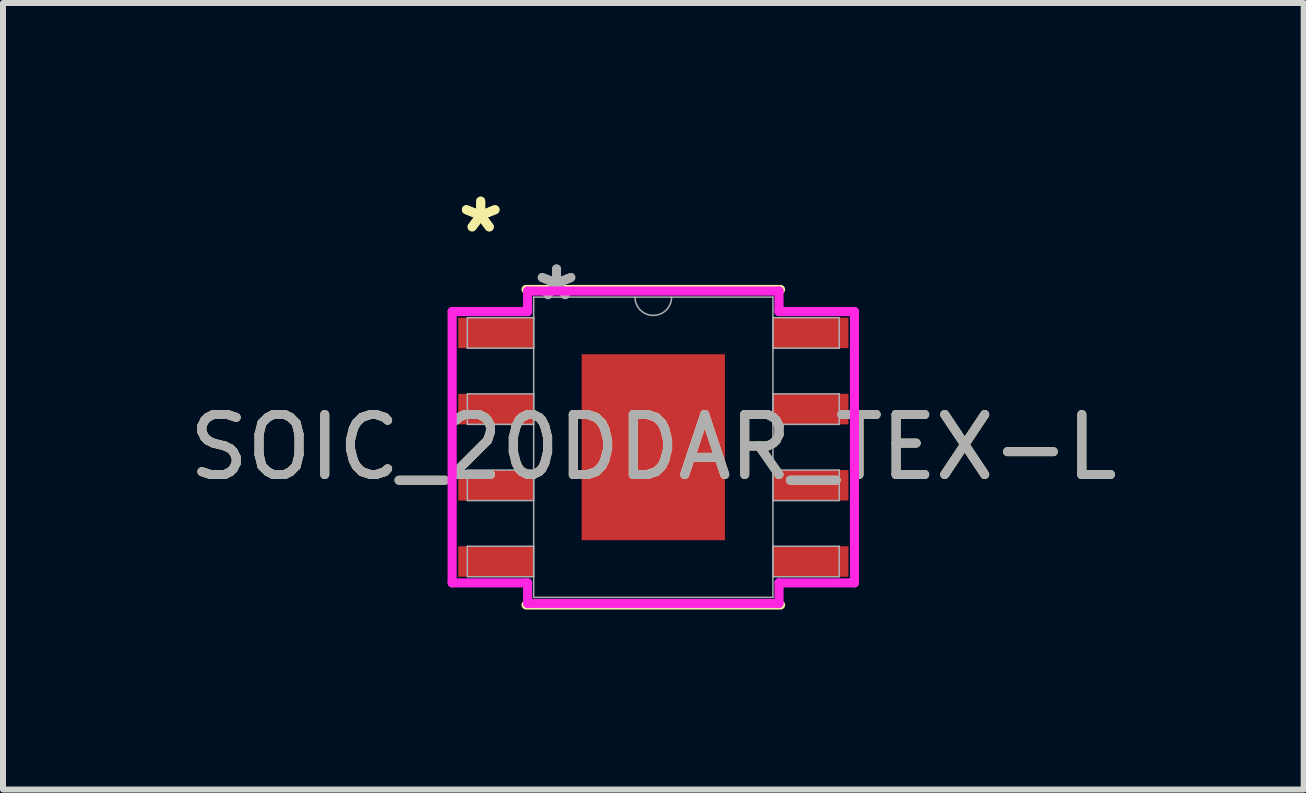
<source format=kicad_pcb>
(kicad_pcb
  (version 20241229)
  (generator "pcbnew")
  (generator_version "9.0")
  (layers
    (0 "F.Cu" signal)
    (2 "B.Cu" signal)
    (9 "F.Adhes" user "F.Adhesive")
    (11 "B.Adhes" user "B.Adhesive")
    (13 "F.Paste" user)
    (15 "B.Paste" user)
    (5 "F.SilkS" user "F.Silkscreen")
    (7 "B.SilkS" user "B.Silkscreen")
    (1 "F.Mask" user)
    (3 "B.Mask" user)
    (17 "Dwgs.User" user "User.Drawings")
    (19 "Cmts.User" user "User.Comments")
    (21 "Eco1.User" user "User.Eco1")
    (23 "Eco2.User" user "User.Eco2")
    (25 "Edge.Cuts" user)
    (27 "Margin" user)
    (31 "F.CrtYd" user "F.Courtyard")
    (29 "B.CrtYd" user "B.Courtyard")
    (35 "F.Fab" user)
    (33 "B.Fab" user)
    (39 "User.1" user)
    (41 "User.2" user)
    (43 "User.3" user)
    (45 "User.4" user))
  (footprint "SOIC_20DDAR_TEX-L"
    (layer "F.Cu")
    (at 7.839 4.404)
    (property "Reference" "SOIC_20DDAR_TEX-L" (at 0 0 0) (unlocked yes) (layer "F.SilkS") (effects (font (size 1 1) (thickness 0.15))))
    (attr smd)
    (fp_line (start -2.121 2.629) (end 2.121 2.629) (stroke (width 0.152) (type solid)) (layer "F.SilkS"))
    (fp_line (start 2.121 -2.629) (end -2.121 -2.629) (stroke (width 0.152) (type solid)) (layer "F.SilkS"))
    (fp_poly (pts (xy -1.094 -1.449) (xy -1.094 -0.1) (xy 1.094 -0.1) (xy 1.094 -1.449)) (stroke (width 0) (type solid)) (fill yes) (layer "F.Paste"))
    (fp_poly (pts (xy -1.094 0.1) (xy -1.094 1.449) (xy 1.094 1.449) (xy 1.094 0.1)) (stroke (width 0) (type solid)) (fill yes) (layer "F.Paste"))
    (fp_line (start -3.353 -2.261) (end -2.095 -2.261) (stroke (width 0.152) (type solid)) (layer "F.CrtYd"))
    (fp_line (start -3.353 2.261) (end -3.353 -2.261) (stroke (width 0.152) (type solid)) (layer "F.CrtYd"))
    (fp_line (start -3.353 2.261) (end -2.095 2.261) (stroke (width 0.152) (type solid)) (layer "F.CrtYd"))
    (fp_line (start -2.095 -2.603) (end 2.095 -2.603) (stroke (width 0.152) (type solid)) (layer "F.CrtYd"))
    (fp_line (start -2.095 -2.261) (end -2.095 -2.603) (stroke (width 0.152) (type solid)) (layer "F.CrtYd"))
    (fp_line (start -2.095 2.603) (end -2.095 2.261) (stroke (width 0.152) (type solid)) (layer "F.CrtYd"))
    (fp_line (start 2.095 -2.603) (end 2.095 -2.261) (stroke (width 0.152) (type solid)) (layer "F.CrtYd"))
    (fp_line (start 2.095 2.261) (end 2.095 2.603) (stroke (width 0.152) (type solid)) (layer "F.CrtYd"))
    (fp_line (start 2.095 2.603) (end -2.095 2.603) (stroke (width 0.152) (type solid)) (layer "F.CrtYd"))
    (fp_line (start 3.353 -2.261) (end 2.095 -2.261) (stroke (width 0.152) (type solid)) (layer "F.CrtYd"))
    (fp_line (start 3.353 -2.261) (end 3.353 2.261) (stroke (width 0.152) (type solid)) (layer "F.CrtYd"))
    (fp_line (start 3.353 2.261) (end 2.095 2.261) (stroke (width 0.152) (type solid)) (layer "F.CrtYd"))
    (fp_line (start -3.099 -2.159) (end -3.099 -1.651) (stroke (width 0.025) (type solid)) (layer "F.Fab"))
    (fp_line (start -3.099 -1.651) (end -1.994 -1.651) (stroke (width 0.025) (type solid)) (layer "F.Fab"))
    (fp_line (start -3.099 -0.889) (end -3.099 -0.381) (stroke (width 0.025) (type solid)) (layer "F.Fab"))
    (fp_line (start -3.099 -0.381) (end -1.994 -0.381) (stroke (width 0.025) (type solid)) (layer "F.Fab"))
    (fp_line (start -3.099 0.381) (end -3.099 0.889) (stroke (width 0.025) (type solid)) (layer "F.Fab"))
    (fp_line (start -3.099 0.889) (end -1.994 0.889) (stroke (width 0.025) (type solid)) (layer "F.Fab"))
    (fp_line (start -3.099 1.651) (end -3.099 2.159) (stroke (width 0.025) (type solid)) (layer "F.Fab"))
    (fp_line (start -3.099 2.159) (end -1.994 2.159) (stroke (width 0.025) (type solid)) (layer "F.Fab"))
    (fp_line (start -1.994 -2.502) (end -1.994 2.502) (stroke (width 0.025) (type solid)) (layer "F.Fab"))
    (fp_line (start -1.994 -2.159) (end -3.099 -2.159) (stroke (width 0.025) (type solid)) (layer "F.Fab"))
    (fp_line (start -1.994 -1.651) (end -1.994 -2.159) (stroke (width 0.025) (type solid)) (layer "F.Fab"))
    (fp_line (start -1.994 -0.889) (end -3.099 -0.889) (stroke (width 0.025) (type solid)) (layer "F.Fab"))
    (fp_line (start -1.994 -0.381) (end -1.994 -0.889) (stroke (width 0.025) (type solid)) (layer "F.Fab"))
    (fp_line (start -1.994 0.381) (end -3.099 0.381) (stroke (width 0.025) (type solid)) (layer "F.Fab"))
    (fp_line (start -1.994 0.889) (end -1.994 0.381) (stroke (width 0.025) (type solid)) (layer "F.Fab"))
    (fp_line (start -1.994 1.651) (end -3.099 1.651) (stroke (width 0.025) (type solid)) (layer "F.Fab"))
    (fp_line (start -1.994 2.159) (end -1.994 1.651) (stroke (width 0.025) (type solid)) (layer "F.Fab"))
    (fp_line (start -1.994 2.502) (end 1.994 2.502) (stroke (width 0.025) (type solid)) (layer "F.Fab"))
    (fp_line (start 1.994 -2.502) (end -1.994 -2.502) (stroke (width 0.025) (type solid)) (layer "F.Fab"))
    (fp_line (start 1.994 -2.159) (end 1.994 -1.651) (stroke (width 0.025) (type solid)) (layer "F.Fab"))
    (fp_line (start 1.994 -1.651) (end 3.099 -1.651) (stroke (width 0.025) (type solid)) (layer "F.Fab"))
    (fp_line (start 1.994 -0.889) (end 1.994 -0.381) (stroke (width 0.025) (type solid)) (layer "F.Fab"))
    (fp_line (start 1.994 -0.381) (end 3.099 -0.381) (stroke (width 0.025) (type solid)) (layer "F.Fab"))
    (fp_line (start 1.994 0.381) (end 1.994 0.889) (stroke (width 0.025) (type solid)) (layer "F.Fab"))
    (fp_line (start 1.994 0.889) (end 3.099 0.889) (stroke (width 0.025) (type solid)) (layer "F.Fab"))
    (fp_line (start 1.994 1.651) (end 1.994 2.159) (stroke (width 0.025) (type solid)) (layer "F.Fab"))
    (fp_line (start 1.994 2.159) (end 3.099 2.159) (stroke (width 0.025) (type solid)) (layer "F.Fab"))
    (fp_line (start 1.994 2.502) (end 1.994 -2.502) (stroke (width 0.025) (type solid)) (layer "F.Fab"))
    (fp_line (start 3.099 -2.159) (end 1.994 -2.159) (stroke (width 0.025) (type solid)) (layer "F.Fab"))
    (fp_line (start 3.099 -1.651) (end 3.099 -2.159) (stroke (width 0.025) (type solid)) (layer "F.Fab"))
    (fp_line (start 3.099 -0.889) (end 1.994 -0.889) (stroke (width 0.025) (type solid)) (layer "F.Fab"))
    (fp_line (start 3.099 -0.381) (end 3.099 -0.889) (stroke (width 0.025) (type solid)) (layer "F.Fab"))
    (fp_line (start 3.099 0.381) (end 1.994 0.381) (stroke (width 0.025) (type solid)) (layer "F.Fab"))
    (fp_line (start 3.099 0.889) (end 3.099 0.381) (stroke (width 0.025) (type solid)) (layer "F.Fab"))
    (fp_line (start 3.099 1.651) (end 1.994 1.651) (stroke (width 0.025) (type solid)) (layer "F.Fab"))
    (fp_line (start 3.099 2.159) (end 3.099 1.651) (stroke (width 0.025) (type solid)) (layer "F.Fab"))
    (fp_arc (start 0.3048 -2.5019) (mid 0 -2.1971) (end -0.3048 -2.5019) (stroke (width 0.0254) (type solid)) (layer "F.Fab"))
    (fp_text user "*" (at -2.877 -3.556 0) (layer "F.SilkS") (effects (font (size 1 1) (thickness 0.15))))
    (fp_text user "*" (at -2.877 -3.556 0) (unlocked yes) (layer "F.SilkS") (effects (font (size 1 1) (thickness 0.15))))
    (fp_text user "${REFERENCE}" (at 0 0 0) (unlocked yes) (layer "F.Fab") (effects (font (size 1 1) (thickness 0.15))))
    (fp_text user "*" (at -1.613 -2.426 0) (layer "F.Fab") (effects (font (size 1 1) (thickness 0.15))))
    (fp_text user "*" (at -1.613 -2.426 0) (unlocked yes) (layer "F.Fab") (effects (font (size 1 1) (thickness 0.15))))
    (pad "1" smd rect (at -2.623 -1.905) (size 1.257 0.508) (layers "F.Cu" "F.Mask" "F.Paste"))
    (pad "2" smd rect (at -2.623 -0.635) (size 1.257 0.508) (layers "F.Cu" "F.Mask" "F.Paste"))
    (pad "3" smd rect (at -2.623 0.635) (size 1.257 0.508) (layers "F.Cu" "F.Mask" "F.Paste"))
    (pad "4" smd rect (at -2.623 1.905) (size 1.257 0.508) (layers "F.Cu" "F.Mask" "F.Paste"))
    (pad "5" smd rect (at 2.623 1.905) (size 1.257 0.508) (layers "F.Cu" "F.Mask" "F.Paste"))
    (pad "6" smd rect (at 2.623 0.635) (size 1.257 0.508) (layers "F.Cu" "F.Mask" "F.Paste"))
    (pad "7" smd rect (at 2.623 -0.635) (size 1.257 0.508) (layers "F.Cu" "F.Mask" "F.Paste"))
    (pad "8" smd rect (at 2.623 -1.905) (size 1.257 0.508) (layers "F.Cu" "F.Mask" "F.Paste"))
    (pad "EPAD" smd rect (at 0 0) (size 2.388 3.099) (layers "F.Cu" "F.Mask")))
  (gr_rect
    (start -3 -3)
    (end 18.679 10.109)
    (stroke (width 0.1) (type default))
    (fill no)
    (layer "Edge.Cuts")))
</source>
